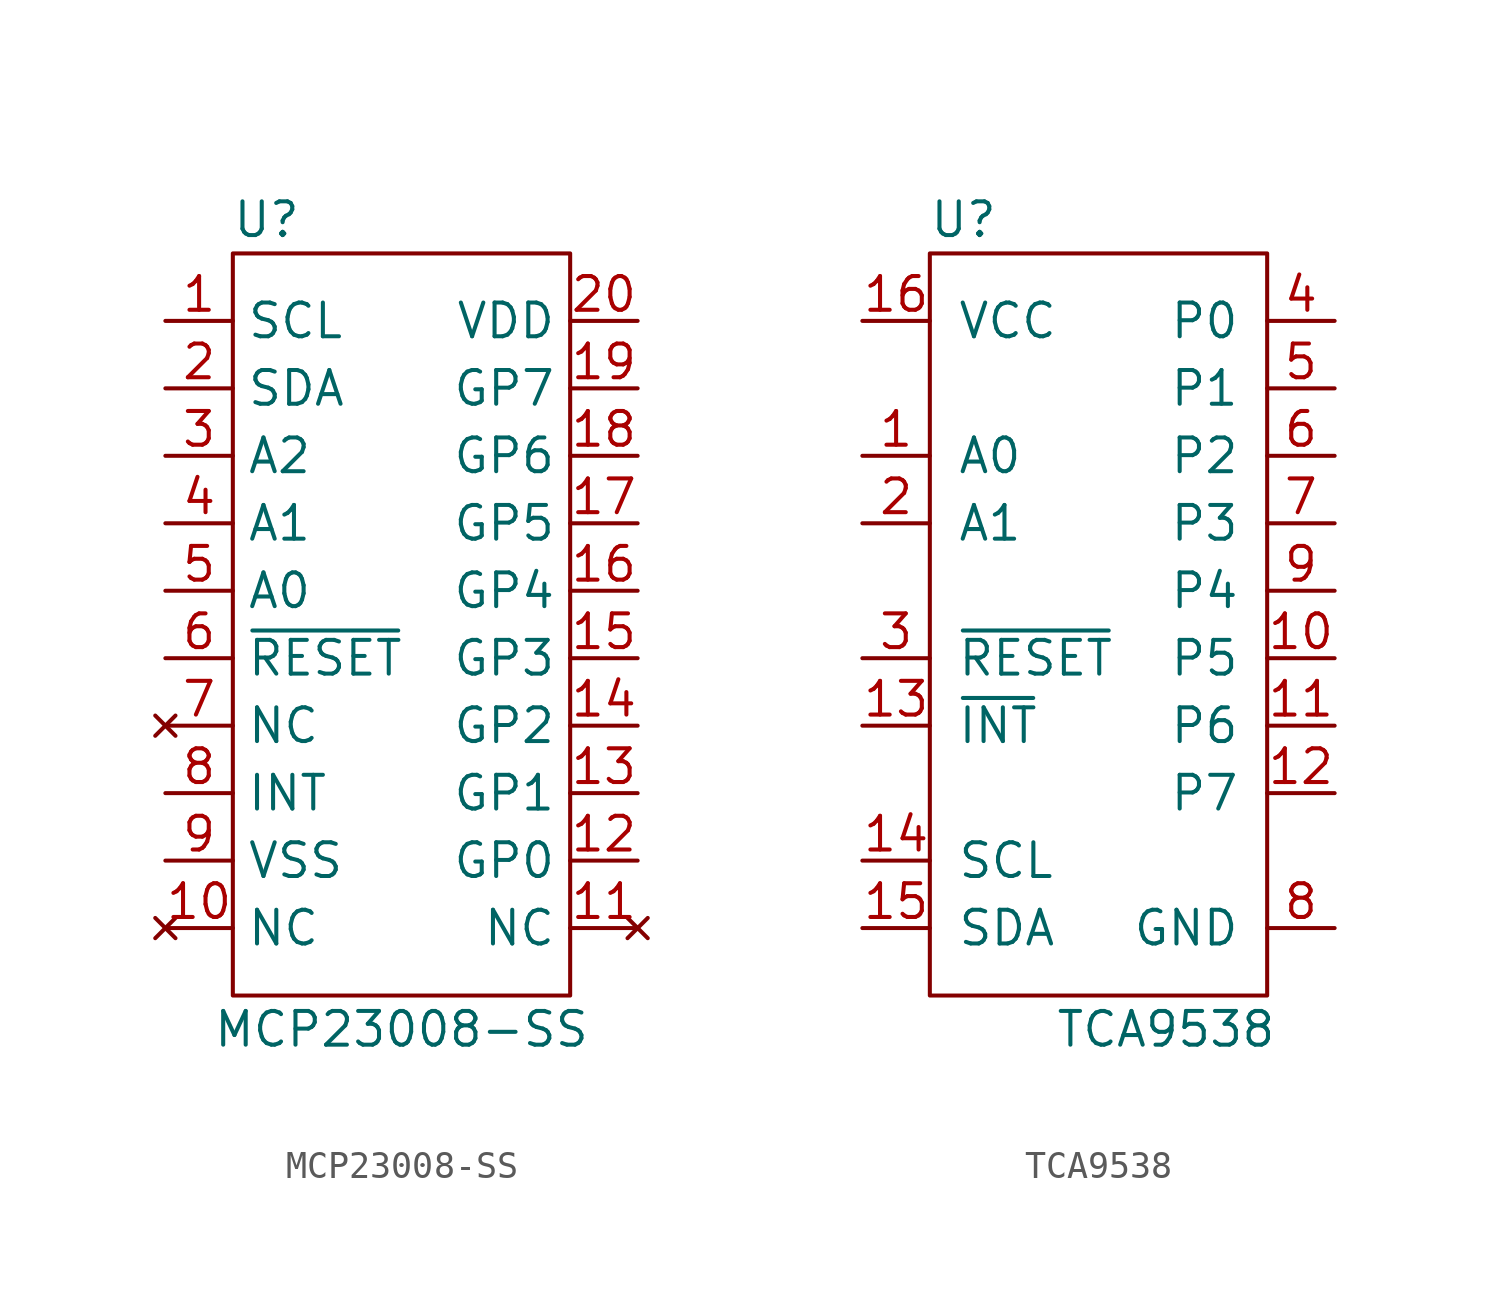
<source format=kicad_sym>
(kicad_symbol_lib
  (version 20220914)
  (generator kicad_symbol_editor)
  (symbol "MCP23008-SS"
    (property "Reference" "U"
      (at -5.08 15.24 0)
      (effects (font (size 1.27 1.27))))
    (property "Value" "MCP23008-SS"
      (at 0 -15.24 0)
      (effects (font (size 1.27 1.27))))
    (symbol "MCP23008-SS_0_1"
      (rectangle (start -6.35 13.97) (end 6.35 -13.97) (stroke (width 0) (type default)) (fill (type none))))
    (symbol "MCP23008-SS_1_1"
      (pin input line (at -8.89 11.43 0) (length 2.54) (name "SCL" (effects (font (size 1.27 1.27)))) (number "1" (effects (font (size 1.27 1.27)))))
      (pin no_connect line (at -8.89 -11.43 0) (length 2.54) (name "NC" (effects (font (size 1.27 1.27)))) (number "10" (effects (font (size 1.27 1.27)))))
      (pin no_connect line (at 8.89 -11.43 180) (length 2.54) (name "NC" (effects (font (size 1.27 1.27)))) (number "11" (effects (font (size 1.27 1.27)))))
      (pin bidirectional line (at 8.89 -8.89 180) (length 2.54) (name "GP0" (effects (font (size 1.27 1.27)))) (number "12" (effects (font (size 1.27 1.27)))))
      (pin bidirectional line (at 8.89 -6.35 180) (length 2.54) (name "GP1" (effects (font (size 1.27 1.27)))) (number "13" (effects (font (size 1.27 1.27)))))
      (pin bidirectional line (at 8.89 -3.81 180) (length 2.54) (name "GP2" (effects (font (size 1.27 1.27)))) (number "14" (effects (font (size 1.27 1.27)))))
      (pin bidirectional line (at 8.89 -1.27 180) (length 2.54) (name "GP3" (effects (font (size 1.27 1.27)))) (number "15" (effects (font (size 1.27 1.27)))))
      (pin bidirectional line (at 8.89 1.27 180) (length 2.54) (name "GP4" (effects (font (size 1.27 1.27)))) (number "16" (effects (font (size 1.27 1.27)))))
      (pin bidirectional line (at 8.89 3.81 180) (length 2.54) (name "GP5" (effects (font (size 1.27 1.27)))) (number "17" (effects (font (size 1.27 1.27)))))
      (pin bidirectional line (at 8.89 6.35 180) (length 2.54) (name "GP6" (effects (font (size 1.27 1.27)))) (number "18" (effects (font (size 1.27 1.27)))))
      (pin bidirectional line (at 8.89 8.89 180) (length 2.54) (name "GP7" (effects (font (size 1.27 1.27)))) (number "19" (effects (font (size 1.27 1.27)))))
      (pin bidirectional line (at -8.89 8.89 0) (length 2.54) (name "SDA" (effects (font (size 1.27 1.27)))) (number "2" (effects (font (size 1.27 1.27)))))
      (pin power_in line (at 8.89 11.43 180) (length 2.54) (name "VDD" (effects (font (size 1.27 1.27)))) (number "20" (effects (font (size 1.27 1.27)))))
      (pin input line (at -8.89 6.35 0) (length 2.54) (name "A2" (effects (font (size 1.27 1.27)))) (number "3" (effects (font (size 1.27 1.27)))))
      (pin input line (at -8.89 3.81 0) (length 2.54) (name "A1" (effects (font (size 1.27 1.27)))) (number "4" (effects (font (size 1.27 1.27)))))
      (pin input line (at -8.89 1.27 0) (length 2.54) (name "A0" (effects (font (size 1.27 1.27)))) (number "5" (effects (font (size 1.27 1.27)))))
      (pin input line (at -8.89 -1.27 0) (length 2.54) (name "~{RESET}" (effects (font (size 1.27 1.27)))) (number "6" (effects (font (size 1.27 1.27)))))
      (pin no_connect line (at -8.89 -3.81 0) (length 2.54) (name "NC" (effects (font (size 1.27 1.27)))) (number "7" (effects (font (size 1.27 1.27)))))
      (pin output line (at -8.89 -6.35 0) (length 2.54) (name "INT" (effects (font (size 1.27 1.27)))) (number "8" (effects (font (size 1.27 1.27)))))
      (pin passive line (at -8.89 -8.89 0) (length 2.54) (name "VSS" (effects (font (size 1.27 1.27)))) (number "9" (effects (font (size 1.27 1.27)))))))
  (symbol "TCA9538"
    (pin_names
      (offset 1.016))
    (property "Reference" "U"
      (at -5.08 12.7 0)
      (effects (font (size 1.27 1.27))))
    (property "Value" "TCA9538"
      (at 2.54 -17.78 0)
      (effects (font (size 1.27 1.27))))
    (symbol "TCA9538_0_1"
      (rectangle (start -6.35 11.43) (end 6.35 -16.51) (stroke (width 0) (type default)) (fill (type none))))
    (symbol "TCA9538_1_1"
      (pin input line (at -8.89 3.81 0) (length 2.54) (name "A0" (effects (font (size 1.27 1.27)))) (number "1" (effects (font (size 1.27 1.27)))))
      (pin bidirectional line (at 8.89 -3.81 180) (length 2.54) (name "P5" (effects (font (size 1.27 1.27)))) (number "10" (effects (font (size 1.27 1.27)))))
      (pin bidirectional line (at 8.89 -6.35 180) (length 2.54) (name "P6" (effects (font (size 1.27 1.27)))) (number "11" (effects (font (size 1.27 1.27)))))
      (pin bidirectional line (at 8.89 -8.89 180) (length 2.54) (name "P7" (effects (font (size 1.27 1.27)))) (number "12" (effects (font (size 1.27 1.27)))))
      (pin output line (at -8.89 -6.35 0) (length 2.54) (name "~{INT}" (effects (font (size 1.27 1.27)))) (number "13" (effects (font (size 1.27 1.27)))))
      (pin input line (at -8.89 -11.43 0) (length 2.54) (name "SCL" (effects (font (size 1.27 1.27)))) (number "14" (effects (font (size 1.27 1.27)))))
      (pin bidirectional line (at -8.89 -13.97 0) (length 2.54) (name "SDA" (effects (font (size 1.27 1.27)))) (number "15" (effects (font (size 1.27 1.27)))))
      (pin power_in line (at -8.89 8.89 0) (length 2.54) (name "VCC" (effects (font (size 1.27 1.27)))) (number "16" (effects (font (size 1.27 1.27)))))
      (pin input line (at -8.89 1.27 0) (length 2.54) (name "A1" (effects (font (size 1.27 1.27)))) (number "2" (effects (font (size 1.27 1.27)))))
      (pin input line (at -8.89 -3.81 0) (length 2.54) (name "~{RESET}" (effects (font (size 1.27 1.27)))) (number "3" (effects (font (size 1.27 1.27)))))
      (pin bidirectional line (at 8.89 8.89 180) (length 2.54) (name "P0" (effects (font (size 1.27 1.27)))) (number "4" (effects (font (size 1.27 1.27)))))
      (pin bidirectional line (at 8.89 6.35 180) (length 2.54) (name "P1" (effects (font (size 1.27 1.27)))) (number "5" (effects (font (size 1.27 1.27)))))
      (pin bidirectional line (at 8.89 3.81 180) (length 2.54) (name "P2" (effects (font (size 1.27 1.27)))) (number "6" (effects (font (size 1.27 1.27)))))
      (pin bidirectional line (at 8.89 1.27 180) (length 2.54) (name "P3" (effects (font (size 1.27 1.27)))) (number "7" (effects (font (size 1.27 1.27)))))
      (pin passive line (at 8.89 -13.97 180) (length 2.54) (name "GND" (effects (font (size 1.27 1.27)))) (number "8" (effects (font (size 1.27 1.27)))))
      (pin bidirectional line (at 8.89 -1.27 180) (length 2.54) (name "P4" (effects (font (size 1.27 1.27)))) (number "9" (effects (font (size 1.27 1.27))))))))
</source>
